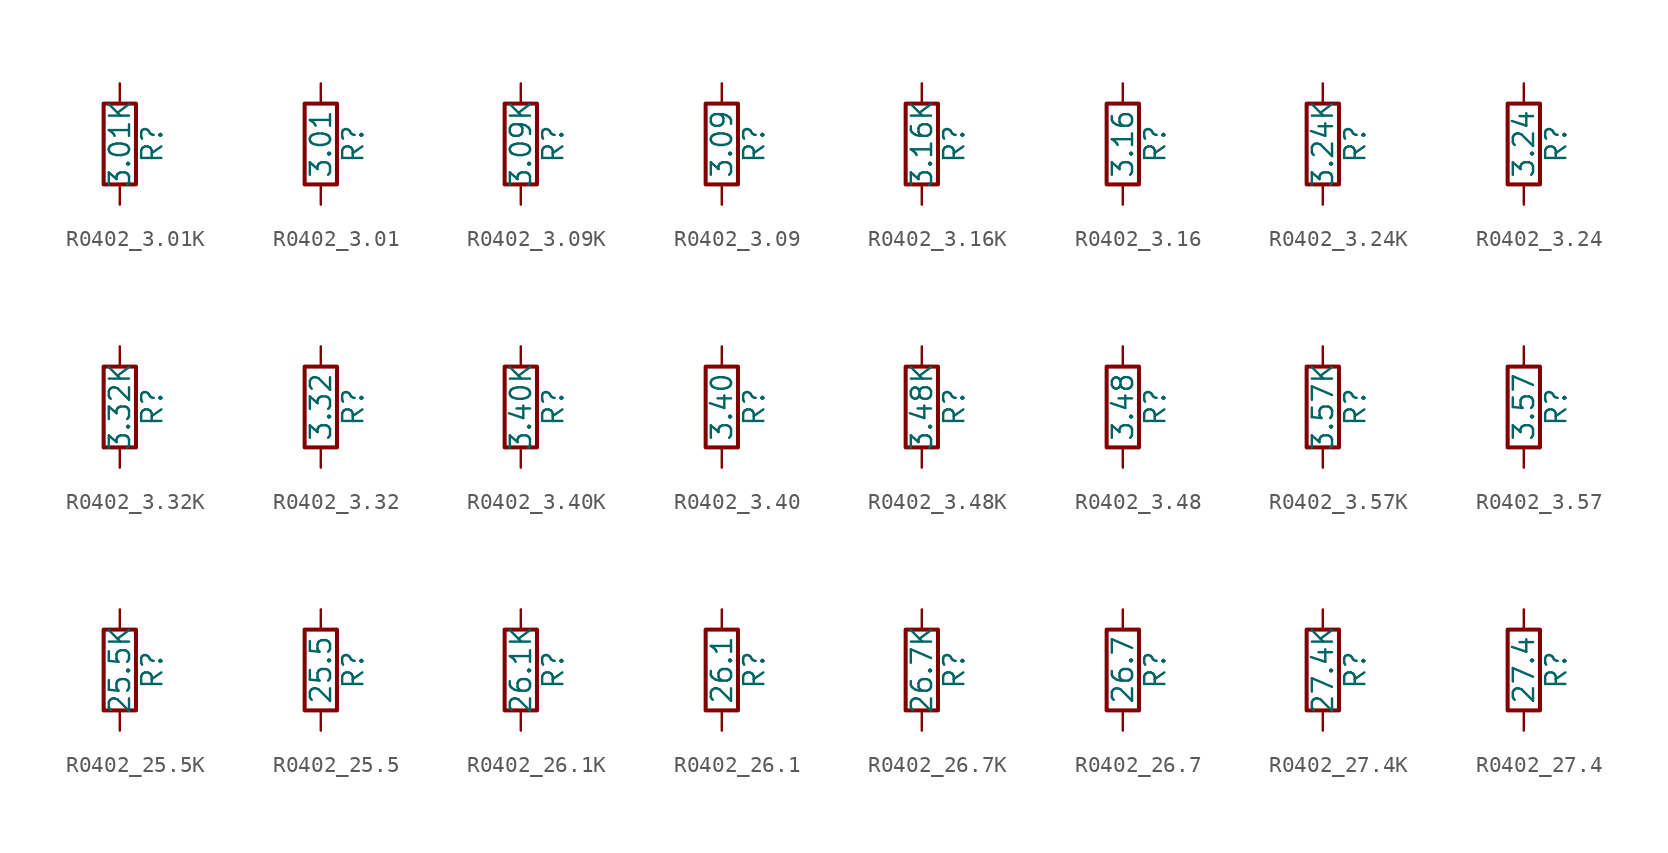
<source format=kicad_sym>
(kicad_symbol_lib
  (version 20211014)
  (generator atlantix-eda)
  (symbol "R0402_3.01K"
    (pin_numbers hide)
    (pin_names
      (offset 0))
    (property "Reference" "R"
      (at 2.032 0 90)
      (effects (font (size 1.27 1.27))))
    (property "Value" "3.01K"
      (at 0 0 90)
      (effects (font (size 1.27 1.27))))
    (symbol "R0402_3.01K_0_1"
      (rectangle (start -1.016 -2.54) (end 1.016 2.54) (stroke (width 0.254) (type default) (color 0 0 0 0)) (fill (type none))))
    (symbol "R0402_3.01K_1_1"
      (pin passive line (at 0 3.81 270) (length 1.27) (name "~" (effects (font (size 1.27 1.27)))) (number "1" (effects (font (size 1.27 1.27)))))
      (pin passive line (at 0 -3.81 90) (length 1.27) (name "~" (effects (font (size 1.27 1.27)))) (number "2" (effects (font (size 1.27 1.27)))))))
  (symbol "R0402_3.01"
    (pin_numbers hide)
    (pin_names
      (offset 0))
    (property "Reference" "R"
      (at 2.032 0 90)
      (effects (font (size 1.27 1.27))))
    (property "Value" "3.01"
      (at 0 0 90)
      (effects (font (size 1.27 1.27))))
    (symbol "R0402_3.01_0_1"
      (rectangle (start -1.016 -2.54) (end 1.016 2.54) (stroke (width 0.254) (type default) (color 0 0 0 0)) (fill (type none))))
    (symbol "R0402_3.01_1_1"
      (pin passive line (at 0 3.81 270) (length 1.27) (name "~" (effects (font (size 1.27 1.27)))) (number "1" (effects (font (size 1.27 1.27)))))
      (pin passive line (at 0 -3.81 90) (length 1.27) (name "~" (effects (font (size 1.27 1.27)))) (number "2" (effects (font (size 1.27 1.27)))))))
  (symbol "R0402_3.09K"
    (pin_numbers hide)
    (pin_names
      (offset 0))
    (property "Reference" "R"
      (at 2.032 0 90)
      (effects (font (size 1.27 1.27))))
    (property "Value" "3.09K"
      (at 0 0 90)
      (effects (font (size 1.27 1.27))))
    (symbol "R0402_3.09K_0_1"
      (rectangle (start -1.016 -2.54) (end 1.016 2.54) (stroke (width 0.254) (type default) (color 0 0 0 0)) (fill (type none))))
    (symbol "R0402_3.09K_1_1"
      (pin passive line (at 0 3.81 270) (length 1.27) (name "~" (effects (font (size 1.27 1.27)))) (number "1" (effects (font (size 1.27 1.27)))))
      (pin passive line (at 0 -3.81 90) (length 1.27) (name "~" (effects (font (size 1.27 1.27)))) (number "2" (effects (font (size 1.27 1.27)))))))
  (symbol "R0402_3.09"
    (pin_numbers hide)
    (pin_names
      (offset 0))
    (property "Reference" "R"
      (at 2.032 0 90)
      (effects (font (size 1.27 1.27))))
    (property "Value" "3.09"
      (at 0 0 90)
      (effects (font (size 1.27 1.27))))
    (symbol "R0402_3.09_0_1"
      (rectangle (start -1.016 -2.54) (end 1.016 2.54) (stroke (width 0.254) (type default) (color 0 0 0 0)) (fill (type none))))
    (symbol "R0402_3.09_1_1"
      (pin passive line (at 0 3.81 270) (length 1.27) (name "~" (effects (font (size 1.27 1.27)))) (number "1" (effects (font (size 1.27 1.27)))))
      (pin passive line (at 0 -3.81 90) (length 1.27) (name "~" (effects (font (size 1.27 1.27)))) (number "2" (effects (font (size 1.27 1.27)))))))
  (symbol "R0402_3.16K"
    (pin_numbers hide)
    (pin_names
      (offset 0))
    (property "Reference" "R"
      (at 2.032 0 90)
      (effects (font (size 1.27 1.27))))
    (property "Value" "3.16K"
      (at 0 0 90)
      (effects (font (size 1.27 1.27))))
    (symbol "R0402_3.16K_0_1"
      (rectangle (start -1.016 -2.54) (end 1.016 2.54) (stroke (width 0.254) (type default) (color 0 0 0 0)) (fill (type none))))
    (symbol "R0402_3.16K_1_1"
      (pin passive line (at 0 3.81 270) (length 1.27) (name "~" (effects (font (size 1.27 1.27)))) (number "1" (effects (font (size 1.27 1.27)))))
      (pin passive line (at 0 -3.81 90) (length 1.27) (name "~" (effects (font (size 1.27 1.27)))) (number "2" (effects (font (size 1.27 1.27)))))))
  (symbol "R0402_3.16"
    (pin_numbers hide)
    (pin_names
      (offset 0))
    (property "Reference" "R"
      (at 2.032 0 90)
      (effects (font (size 1.27 1.27))))
    (property "Value" "3.16"
      (at 0 0 90)
      (effects (font (size 1.27 1.27))))
    (symbol "R0402_3.16_0_1"
      (rectangle (start -1.016 -2.54) (end 1.016 2.54) (stroke (width 0.254) (type default) (color 0 0 0 0)) (fill (type none))))
    (symbol "R0402_3.16_1_1"
      (pin passive line (at 0 3.81 270) (length 1.27) (name "~" (effects (font (size 1.27 1.27)))) (number "1" (effects (font (size 1.27 1.27)))))
      (pin passive line (at 0 -3.81 90) (length 1.27) (name "~" (effects (font (size 1.27 1.27)))) (number "2" (effects (font (size 1.27 1.27)))))))
  (symbol "R0402_3.24K"
    (pin_numbers hide)
    (pin_names
      (offset 0))
    (property "Reference" "R"
      (at 2.032 0 90)
      (effects (font (size 1.27 1.27))))
    (property "Value" "3.24K"
      (at 0 0 90)
      (effects (font (size 1.27 1.27))))
    (symbol "R0402_3.24K_0_1"
      (rectangle (start -1.016 -2.54) (end 1.016 2.54) (stroke (width 0.254) (type default) (color 0 0 0 0)) (fill (type none))))
    (symbol "R0402_3.24K_1_1"
      (pin passive line (at 0 3.81 270) (length 1.27) (name "~" (effects (font (size 1.27 1.27)))) (number "1" (effects (font (size 1.27 1.27)))))
      (pin passive line (at 0 -3.81 90) (length 1.27) (name "~" (effects (font (size 1.27 1.27)))) (number "2" (effects (font (size 1.27 1.27)))))))
  (symbol "R0402_3.24"
    (pin_numbers hide)
    (pin_names
      (offset 0))
    (property "Reference" "R"
      (at 2.032 0 90)
      (effects (font (size 1.27 1.27))))
    (property "Value" "3.24"
      (at 0 0 90)
      (effects (font (size 1.27 1.27))))
    (symbol "R0402_3.24_0_1"
      (rectangle (start -1.016 -2.54) (end 1.016 2.54) (stroke (width 0.254) (type default) (color 0 0 0 0)) (fill (type none))))
    (symbol "R0402_3.24_1_1"
      (pin passive line (at 0 3.81 270) (length 1.27) (name "~" (effects (font (size 1.27 1.27)))) (number "1" (effects (font (size 1.27 1.27)))))
      (pin passive line (at 0 -3.81 90) (length 1.27) (name "~" (effects (font (size 1.27 1.27)))) (number "2" (effects (font (size 1.27 1.27)))))))
  (symbol "R0402_3.32K"
    (pin_numbers hide)
    (pin_names
      (offset 0))
    (property "Reference" "R"
      (at 2.032 0 90)
      (effects (font (size 1.27 1.27))))
    (property "Value" "3.32K"
      (at 0 0 90)
      (effects (font (size 1.27 1.27))))
    (symbol "R0402_3.32K_0_1"
      (rectangle (start -1.016 -2.54) (end 1.016 2.54) (stroke (width 0.254) (type default) (color 0 0 0 0)) (fill (type none))))
    (symbol "R0402_3.32K_1_1"
      (pin passive line (at 0 3.81 270) (length 1.27) (name "~" (effects (font (size 1.27 1.27)))) (number "1" (effects (font (size 1.27 1.27)))))
      (pin passive line (at 0 -3.81 90) (length 1.27) (name "~" (effects (font (size 1.27 1.27)))) (number "2" (effects (font (size 1.27 1.27)))))))
  (symbol "R0402_3.32"
    (pin_numbers hide)
    (pin_names
      (offset 0))
    (property "Reference" "R"
      (at 2.032 0 90)
      (effects (font (size 1.27 1.27))))
    (property "Value" "3.32"
      (at 0 0 90)
      (effects (font (size 1.27 1.27))))
    (symbol "R0402_3.32_0_1"
      (rectangle (start -1.016 -2.54) (end 1.016 2.54) (stroke (width 0.254) (type default) (color 0 0 0 0)) (fill (type none))))
    (symbol "R0402_3.32_1_1"
      (pin passive line (at 0 3.81 270) (length 1.27) (name "~" (effects (font (size 1.27 1.27)))) (number "1" (effects (font (size 1.27 1.27)))))
      (pin passive line (at 0 -3.81 90) (length 1.27) (name "~" (effects (font (size 1.27 1.27)))) (number "2" (effects (font (size 1.27 1.27)))))))
  (symbol "R0402_3.40K"
    (pin_numbers hide)
    (pin_names
      (offset 0))
    (property "Reference" "R"
      (at 2.032 0 90)
      (effects (font (size 1.27 1.27))))
    (property "Value" "3.40K"
      (at 0 0 90)
      (effects (font (size 1.27 1.27))))
    (symbol "R0402_3.40K_0_1"
      (rectangle (start -1.016 -2.54) (end 1.016 2.54) (stroke (width 0.254) (type default) (color 0 0 0 0)) (fill (type none))))
    (symbol "R0402_3.40K_1_1"
      (pin passive line (at 0 3.81 270) (length 1.27) (name "~" (effects (font (size 1.27 1.27)))) (number "1" (effects (font (size 1.27 1.27)))))
      (pin passive line (at 0 -3.81 90) (length 1.27) (name "~" (effects (font (size 1.27 1.27)))) (number "2" (effects (font (size 1.27 1.27)))))))
  (symbol "R0402_3.40"
    (pin_numbers hide)
    (pin_names
      (offset 0))
    (property "Reference" "R"
      (at 2.032 0 90)
      (effects (font (size 1.27 1.27))))
    (property "Value" "3.40"
      (at 0 0 90)
      (effects (font (size 1.27 1.27))))
    (symbol "R0402_3.40_0_1"
      (rectangle (start -1.016 -2.54) (end 1.016 2.54) (stroke (width 0.254) (type default) (color 0 0 0 0)) (fill (type none))))
    (symbol "R0402_3.40_1_1"
      (pin passive line (at 0 3.81 270) (length 1.27) (name "~" (effects (font (size 1.27 1.27)))) (number "1" (effects (font (size 1.27 1.27)))))
      (pin passive line (at 0 -3.81 90) (length 1.27) (name "~" (effects (font (size 1.27 1.27)))) (number "2" (effects (font (size 1.27 1.27)))))))
  (symbol "R0402_3.48K"
    (pin_numbers hide)
    (pin_names
      (offset 0))
    (property "Reference" "R"
      (at 2.032 0 90)
      (effects (font (size 1.27 1.27))))
    (property "Value" "3.48K"
      (at 0 0 90)
      (effects (font (size 1.27 1.27))))
    (symbol "R0402_3.48K_0_1"
      (rectangle (start -1.016 -2.54) (end 1.016 2.54) (stroke (width 0.254) (type default) (color 0 0 0 0)) (fill (type none))))
    (symbol "R0402_3.48K_1_1"
      (pin passive line (at 0 3.81 270) (length 1.27) (name "~" (effects (font (size 1.27 1.27)))) (number "1" (effects (font (size 1.27 1.27)))))
      (pin passive line (at 0 -3.81 90) (length 1.27) (name "~" (effects (font (size 1.27 1.27)))) (number "2" (effects (font (size 1.27 1.27)))))))
  (symbol "R0402_3.48"
    (pin_numbers hide)
    (pin_names
      (offset 0))
    (property "Reference" "R"
      (at 2.032 0 90)
      (effects (font (size 1.27 1.27))))
    (property "Value" "3.48"
      (at 0 0 90)
      (effects (font (size 1.27 1.27))))
    (symbol "R0402_3.48_0_1"
      (rectangle (start -1.016 -2.54) (end 1.016 2.54) (stroke (width 0.254) (type default) (color 0 0 0 0)) (fill (type none))))
    (symbol "R0402_3.48_1_1"
      (pin passive line (at 0 3.81 270) (length 1.27) (name "~" (effects (font (size 1.27 1.27)))) (number "1" (effects (font (size 1.27 1.27)))))
      (pin passive line (at 0 -3.81 90) (length 1.27) (name "~" (effects (font (size 1.27 1.27)))) (number "2" (effects (font (size 1.27 1.27)))))))
  (symbol "R0402_3.57K"
    (pin_numbers hide)
    (pin_names
      (offset 0))
    (property "Reference" "R"
      (at 2.032 0 90)
      (effects (font (size 1.27 1.27))))
    (property "Value" "3.57K"
      (at 0 0 90)
      (effects (font (size 1.27 1.27))))
    (symbol "R0402_3.57K_0_1"
      (rectangle (start -1.016 -2.54) (end 1.016 2.54) (stroke (width 0.254) (type default) (color 0 0 0 0)) (fill (type none))))
    (symbol "R0402_3.57K_1_1"
      (pin passive line (at 0 3.81 270) (length 1.27) (name "~" (effects (font (size 1.27 1.27)))) (number "1" (effects (font (size 1.27 1.27)))))
      (pin passive line (at 0 -3.81 90) (length 1.27) (name "~" (effects (font (size 1.27 1.27)))) (number "2" (effects (font (size 1.27 1.27)))))))
  (symbol "R0402_3.57"
    (pin_numbers hide)
    (pin_names
      (offset 0))
    (property "Reference" "R"
      (at 2.032 0 90)
      (effects (font (size 1.27 1.27))))
    (property "Value" "3.57"
      (at 0 0 90)
      (effects (font (size 1.27 1.27))))
    (symbol "R0402_3.57_0_1"
      (rectangle (start -1.016 -2.54) (end 1.016 2.54) (stroke (width 0.254) (type default) (color 0 0 0 0)) (fill (type none))))
    (symbol "R0402_3.57_1_1"
      (pin passive line (at 0 3.81 270) (length 1.27) (name "~" (effects (font (size 1.27 1.27)))) (number "1" (effects (font (size 1.27 1.27)))))
      (pin passive line (at 0 -3.81 90) (length 1.27) (name "~" (effects (font (size 1.27 1.27)))) (number "2" (effects (font (size 1.27 1.27)))))))
  (symbol "R0402_25.5K"
    (pin_numbers hide)
    (pin_names
      (offset 0))
    (property "Reference" "R"
      (at 2.032 0 90)
      (effects (font (size 1.27 1.27))))
    (property "Value" "25.5K"
      (at 0 0 90)
      (effects (font (size 1.27 1.27))))
    (symbol "R0402_25.5K_0_1"
      (rectangle (start -1.016 -2.54) (end 1.016 2.54) (stroke (width 0.254) (type default) (color 0 0 0 0)) (fill (type none))))
    (symbol "R0402_25.5K_1_1"
      (pin passive line (at 0 3.81 270) (length 1.27) (name "~" (effects (font (size 1.27 1.27)))) (number "1" (effects (font (size 1.27 1.27)))))
      (pin passive line (at 0 -3.81 90) (length 1.27) (name "~" (effects (font (size 1.27 1.27)))) (number "2" (effects (font (size 1.27 1.27)))))))
  (symbol "R0402_25.5"
    (pin_numbers hide)
    (pin_names
      (offset 0))
    (property "Reference" "R"
      (at 2.032 0 90)
      (effects (font (size 1.27 1.27))))
    (property "Value" "25.5"
      (at 0 0 90)
      (effects (font (size 1.27 1.27))))
    (symbol "R0402_25.5_0_1"
      (rectangle (start -1.016 -2.54) (end 1.016 2.54) (stroke (width 0.254) (type default) (color 0 0 0 0)) (fill (type none))))
    (symbol "R0402_25.5_1_1"
      (pin passive line (at 0 3.81 270) (length 1.27) (name "~" (effects (font (size 1.27 1.27)))) (number "1" (effects (font (size 1.27 1.27)))))
      (pin passive line (at 0 -3.81 90) (length 1.27) (name "~" (effects (font (size 1.27 1.27)))) (number "2" (effects (font (size 1.27 1.27)))))))
  (symbol "R0402_26.1K"
    (pin_numbers hide)
    (pin_names
      (offset 0))
    (property "Reference" "R"
      (at 2.032 0 90)
      (effects (font (size 1.27 1.27))))
    (property "Value" "26.1K"
      (at 0 0 90)
      (effects (font (size 1.27 1.27))))
    (symbol "R0402_26.1K_0_1"
      (rectangle (start -1.016 -2.54) (end 1.016 2.54) (stroke (width 0.254) (type default) (color 0 0 0 0)) (fill (type none))))
    (symbol "R0402_26.1K_1_1"
      (pin passive line (at 0 3.81 270) (length 1.27) (name "~" (effects (font (size 1.27 1.27)))) (number "1" (effects (font (size 1.27 1.27)))))
      (pin passive line (at 0 -3.81 90) (length 1.27) (name "~" (effects (font (size 1.27 1.27)))) (number "2" (effects (font (size 1.27 1.27)))))))
  (symbol "R0402_26.1"
    (pin_numbers hide)
    (pin_names
      (offset 0))
    (property "Reference" "R"
      (at 2.032 0 90)
      (effects (font (size 1.27 1.27))))
    (property "Value" "26.1"
      (at 0 0 90)
      (effects (font (size 1.27 1.27))))
    (symbol "R0402_26.1_0_1"
      (rectangle (start -1.016 -2.54) (end 1.016 2.54) (stroke (width 0.254) (type default) (color 0 0 0 0)) (fill (type none))))
    (symbol "R0402_26.1_1_1"
      (pin passive line (at 0 3.81 270) (length 1.27) (name "~" (effects (font (size 1.27 1.27)))) (number "1" (effects (font (size 1.27 1.27)))))
      (pin passive line (at 0 -3.81 90) (length 1.27) (name "~" (effects (font (size 1.27 1.27)))) (number "2" (effects (font (size 1.27 1.27)))))))
  (symbol "R0402_26.7K"
    (pin_numbers hide)
    (pin_names
      (offset 0))
    (property "Reference" "R"
      (at 2.032 0 90)
      (effects (font (size 1.27 1.27))))
    (property "Value" "26.7K"
      (at 0 0 90)
      (effects (font (size 1.27 1.27))))
    (symbol "R0402_26.7K_0_1"
      (rectangle (start -1.016 -2.54) (end 1.016 2.54) (stroke (width 0.254) (type default) (color 0 0 0 0)) (fill (type none))))
    (symbol "R0402_26.7K_1_1"
      (pin passive line (at 0 3.81 270) (length 1.27) (name "~" (effects (font (size 1.27 1.27)))) (number "1" (effects (font (size 1.27 1.27)))))
      (pin passive line (at 0 -3.81 90) (length 1.27) (name "~" (effects (font (size 1.27 1.27)))) (number "2" (effects (font (size 1.27 1.27)))))))
  (symbol "R0402_26.7"
    (pin_numbers hide)
    (pin_names
      (offset 0))
    (property "Reference" "R"
      (at 2.032 0 90)
      (effects (font (size 1.27 1.27))))
    (property "Value" "26.7"
      (at 0 0 90)
      (effects (font (size 1.27 1.27))))
    (symbol "R0402_26.7_0_1"
      (rectangle (start -1.016 -2.54) (end 1.016 2.54) (stroke (width 0.254) (type default) (color 0 0 0 0)) (fill (type none))))
    (symbol "R0402_26.7_1_1"
      (pin passive line (at 0 3.81 270) (length 1.27) (name "~" (effects (font (size 1.27 1.27)))) (number "1" (effects (font (size 1.27 1.27)))))
      (pin passive line (at 0 -3.81 90) (length 1.27) (name "~" (effects (font (size 1.27 1.27)))) (number "2" (effects (font (size 1.27 1.27)))))))
  (symbol "R0402_27.4K"
    (pin_numbers hide)
    (pin_names
      (offset 0))
    (property "Reference" "R"
      (at 2.032 0 90)
      (effects (font (size 1.27 1.27))))
    (property "Value" "27.4K"
      (at 0 0 90)
      (effects (font (size 1.27 1.27))))
    (symbol "R0402_27.4K_0_1"
      (rectangle (start -1.016 -2.54) (end 1.016 2.54) (stroke (width 0.254) (type default) (color 0 0 0 0)) (fill (type none))))
    (symbol "R0402_27.4K_1_1"
      (pin passive line (at 0 3.81 270) (length 1.27) (name "~" (effects (font (size 1.27 1.27)))) (number "1" (effects (font (size 1.27 1.27)))))
      (pin passive line (at 0 -3.81 90) (length 1.27) (name "~" (effects (font (size 1.27 1.27)))) (number "2" (effects (font (size 1.27 1.27)))))))
  (symbol "R0402_27.4"
    (pin_numbers hide)
    (pin_names
      (offset 0))
    (property "Reference" "R"
      (at 2.032 0 90)
      (effects (font (size 1.27 1.27))))
    (property "Value" "27.4"
      (at 0 0 90)
      (effects (font (size 1.27 1.27))))
    (symbol "R0402_27.4_0_1"
      (rectangle (start -1.016 -2.54) (end 1.016 2.54) (stroke (width 0.254) (type default) (color 0 0 0 0)) (fill (type none))))
    (symbol "R0402_27.4_1_1"
      (pin passive line (at 0 3.81 270) (length 1.27) (name "~" (effects (font (size 1.27 1.27)))) (number "1" (effects (font (size 1.27 1.27)))))
      (pin passive line (at 0 -3.81 90) (length 1.27) (name "~" (effects (font (size 1.27 1.27)))) (number "2" (effects (font (size 1.27 1.27))))))))
</source>
